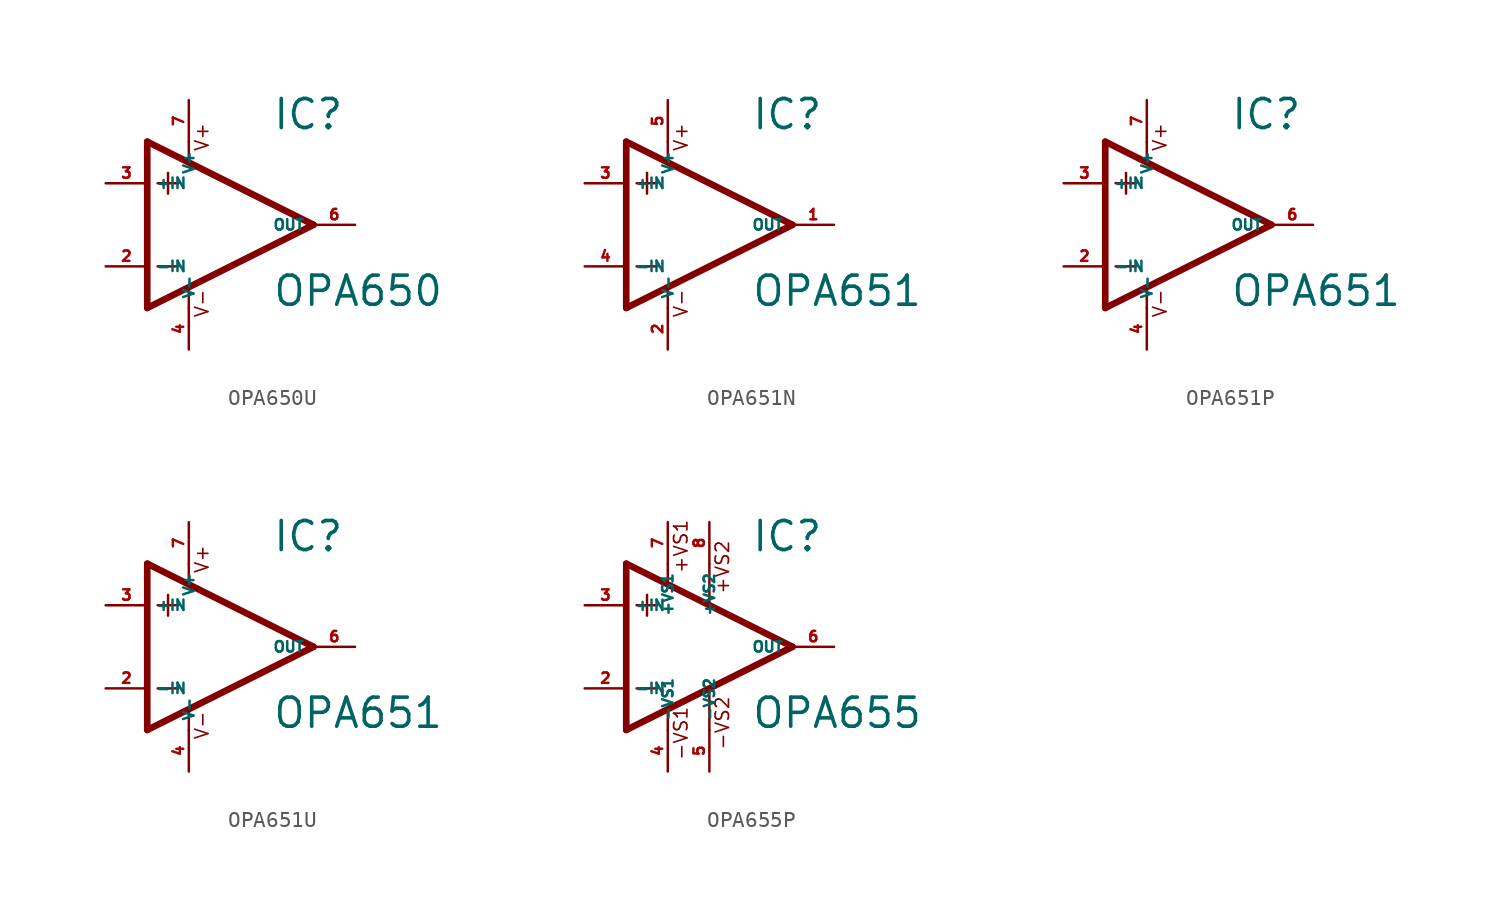
<source format=kicad_sym>
(kicad_symbol_lib
  (version 20220914)
  (generator Eagle2Kicad)
  (symbol "OPA650U"
    (property "Reference" "IC"
      (at 2.54 5.715 0)
      (effects (font (size 1.778 1.778) (thickness 0.22)) (justify left bottom)))
    (property "Value" "OPA650"
      (at 2.54 -5.08 0)
      (effects (font (size 1.778 1.778) (thickness 0.22)) (justify left bottom)))
    (polyline
      (pts (xy -3.81 3.175) (xy -3.81 1.905))
      (stroke (width 0.152) (type default))
      (fill (type none)))
    (polyline
      (pts (xy -4.445 2.54) (xy -3.175 2.54))
      (stroke (width 0.152) (type default))
      (fill (type none)))
    (polyline
      (pts (xy -4.445 -2.54) (xy -3.175 -2.54))
      (stroke (width 0.152) (type default))
      (fill (type none)))
    (polyline
      (pts (xy -2.54 5.08) (xy -2.54 3.886))
      (stroke (width 0.152) (type default))
      (fill (type none)))
    (polyline
      (pts (xy -2.54 -3.912) (xy -2.54 -5.08))
      (stroke (width 0.152) (type default))
      (fill (type none)))
    (polyline
      (pts (xy 5.08 0) (xy -5.08 5.08))
      (stroke (width 0.406) (type default))
      (fill (type none)))
    (polyline
      (pts (xy -5.08 5.08) (xy -5.08 -5.08))
      (stroke (width 0.406) (type default))
      (fill (type none)))
    (polyline
      (pts (xy -5.08 -5.08) (xy 5.08 0))
      (stroke (width 0.406) (type default))
      (fill (type none)))
    (text "V+"
      (at -1.27 4.445 900)
      (effects (font (size 0.813 0.813) (thickness 0.10)) (justify left bottom)))
    (text "V-"
      (at -1.27 -5.715 900)
      (effects (font (size 0.813 0.813) (thickness 0.10)) (justify left bottom)))
    (pin input line
      (at -7.62 -2.54 0)
      (length 2.54)
      (name "-IN" (effects (font (size 0.635 0.635) (thickness 0.08)) (justify left bottom)))
      (number "2" (effects (font (size 0.635 0.635) (thickness 0.08)) (justify left bottom))))
    (pin input line
      (at -7.62 2.54 0)
      (length 2.54)
      (name "+IN" (effects (font (size 0.635 0.635) (thickness 0.08)) (justify left bottom)))
      (number "3" (effects (font (size 0.635 0.635) (thickness 0.08)) (justify left bottom))))
    (pin output line
      (at 7.62 0 180)
      (length 2.54)
      (name "OUT" (effects (font (size 0.635 0.635) (thickness 0.08)) (justify left bottom)))
      (number "6" (effects (font (size 0.635 0.635) (thickness 0.08)) (justify left bottom))))
    (pin unspecified line
      (at -2.54 7.62 270)
      (length 2.54)
      (name "V+" (effects (font (size 0.635 0.635) (thickness 0.08)) (justify left bottom)))
      (number "7" (effects (font (size 0.635 0.635) (thickness 0.08)) (justify left bottom))))
    (pin unspecified line
      (at -2.54 -7.62 90)
      (length 2.54)
      (name "V-" (effects (font (size 0.635 0.635) (thickness 0.08)) (justify left bottom)))
      (number "4" (effects (font (size 0.635 0.635) (thickness 0.08)) (justify left bottom)))))
  (symbol "OPA651N"
    (property "Reference" "IC"
      (at 2.54 5.715 0)
      (effects (font (size 1.778 1.778) (thickness 0.22)) (justify left bottom)))
    (property "Value" "OPA651"
      (at 2.54 -5.08 0)
      (effects (font (size 1.778 1.778) (thickness 0.22)) (justify left bottom)))
    (polyline
      (pts (xy -3.81 3.175) (xy -3.81 1.905))
      (stroke (width 0.152) (type default))
      (fill (type none)))
    (polyline
      (pts (xy -4.445 2.54) (xy -3.175 2.54))
      (stroke (width 0.152) (type default))
      (fill (type none)))
    (polyline
      (pts (xy -4.445 -2.54) (xy -3.175 -2.54))
      (stroke (width 0.152) (type default))
      (fill (type none)))
    (polyline
      (pts (xy -2.54 5.08) (xy -2.54 3.886))
      (stroke (width 0.152) (type default))
      (fill (type none)))
    (polyline
      (pts (xy -2.54 -3.912) (xy -2.54 -5.08))
      (stroke (width 0.152) (type default))
      (fill (type none)))
    (polyline
      (pts (xy 5.08 0) (xy -5.08 5.08))
      (stroke (width 0.406) (type default))
      (fill (type none)))
    (polyline
      (pts (xy -5.08 5.08) (xy -5.08 -5.08))
      (stroke (width 0.406) (type default))
      (fill (type none)))
    (polyline
      (pts (xy -5.08 -5.08) (xy 5.08 0))
      (stroke (width 0.406) (type default))
      (fill (type none)))
    (text "V+"
      (at -1.27 4.445 900)
      (effects (font (size 0.813 0.813) (thickness 0.10)) (justify left bottom)))
    (text "V-"
      (at -1.27 -5.715 900)
      (effects (font (size 0.813 0.813) (thickness 0.10)) (justify left bottom)))
    (pin input line
      (at -7.62 -2.54 0)
      (length 2.54)
      (name "-IN" (effects (font (size 0.635 0.635) (thickness 0.08)) (justify left bottom)))
      (number "4" (effects (font (size 0.635 0.635) (thickness 0.08)) (justify left bottom))))
    (pin input line
      (at -7.62 2.54 0)
      (length 2.54)
      (name "+IN" (effects (font (size 0.635 0.635) (thickness 0.08)) (justify left bottom)))
      (number "3" (effects (font (size 0.635 0.635) (thickness 0.08)) (justify left bottom))))
    (pin output line
      (at 7.62 0 180)
      (length 2.54)
      (name "OUT" (effects (font (size 0.635 0.635) (thickness 0.08)) (justify left bottom)))
      (number "1" (effects (font (size 0.635 0.635) (thickness 0.08)) (justify left bottom))))
    (pin unspecified line
      (at -2.54 7.62 270)
      (length 2.54)
      (name "V+" (effects (font (size 0.635 0.635) (thickness 0.08)) (justify left bottom)))
      (number "5" (effects (font (size 0.635 0.635) (thickness 0.08)) (justify left bottom))))
    (pin unspecified line
      (at -2.54 -7.62 90)
      (length 2.54)
      (name "V-" (effects (font (size 0.635 0.635) (thickness 0.08)) (justify left bottom)))
      (number "2" (effects (font (size 0.635 0.635) (thickness 0.08)) (justify left bottom)))))
  (symbol "OPA651P"
    (property "Reference" "IC"
      (at 2.54 5.715 0)
      (effects (font (size 1.778 1.778) (thickness 0.22)) (justify left bottom)))
    (property "Value" "OPA651"
      (at 2.54 -5.08 0)
      (effects (font (size 1.778 1.778) (thickness 0.22)) (justify left bottom)))
    (polyline
      (pts (xy -3.81 3.175) (xy -3.81 1.905))
      (stroke (width 0.152) (type default))
      (fill (type none)))
    (polyline
      (pts (xy -4.445 2.54) (xy -3.175 2.54))
      (stroke (width 0.152) (type default))
      (fill (type none)))
    (polyline
      (pts (xy -4.445 -2.54) (xy -3.175 -2.54))
      (stroke (width 0.152) (type default))
      (fill (type none)))
    (polyline
      (pts (xy -2.54 5.08) (xy -2.54 3.886))
      (stroke (width 0.152) (type default))
      (fill (type none)))
    (polyline
      (pts (xy -2.54 -3.912) (xy -2.54 -5.08))
      (stroke (width 0.152) (type default))
      (fill (type none)))
    (polyline
      (pts (xy 5.08 0) (xy -5.08 5.08))
      (stroke (width 0.406) (type default))
      (fill (type none)))
    (polyline
      (pts (xy -5.08 5.08) (xy -5.08 -5.08))
      (stroke (width 0.406) (type default))
      (fill (type none)))
    (polyline
      (pts (xy -5.08 -5.08) (xy 5.08 0))
      (stroke (width 0.406) (type default))
      (fill (type none)))
    (text "V+"
      (at -1.27 4.445 900)
      (effects (font (size 0.813 0.813) (thickness 0.10)) (justify left bottom)))
    (text "V-"
      (at -1.27 -5.715 900)
      (effects (font (size 0.813 0.813) (thickness 0.10)) (justify left bottom)))
    (pin input line
      (at -7.62 -2.54 0)
      (length 2.54)
      (name "-IN" (effects (font (size 0.635 0.635) (thickness 0.08)) (justify left bottom)))
      (number "2" (effects (font (size 0.635 0.635) (thickness 0.08)) (justify left bottom))))
    (pin input line
      (at -7.62 2.54 0)
      (length 2.54)
      (name "+IN" (effects (font (size 0.635 0.635) (thickness 0.08)) (justify left bottom)))
      (number "3" (effects (font (size 0.635 0.635) (thickness 0.08)) (justify left bottom))))
    (pin output line
      (at 7.62 0 180)
      (length 2.54)
      (name "OUT" (effects (font (size 0.635 0.635) (thickness 0.08)) (justify left bottom)))
      (number "6" (effects (font (size 0.635 0.635) (thickness 0.08)) (justify left bottom))))
    (pin unspecified line
      (at -2.54 7.62 270)
      (length 2.54)
      (name "V+" (effects (font (size 0.635 0.635) (thickness 0.08)) (justify left bottom)))
      (number "7" (effects (font (size 0.635 0.635) (thickness 0.08)) (justify left bottom))))
    (pin unspecified line
      (at -2.54 -7.62 90)
      (length 2.54)
      (name "V-" (effects (font (size 0.635 0.635) (thickness 0.08)) (justify left bottom)))
      (number "4" (effects (font (size 0.635 0.635) (thickness 0.08)) (justify left bottom)))))
  (symbol "OPA651U"
    (property "Reference" "IC"
      (at 2.54 5.715 0)
      (effects (font (size 1.778 1.778) (thickness 0.22)) (justify left bottom)))
    (property "Value" "OPA651"
      (at 2.54 -5.08 0)
      (effects (font (size 1.778 1.778) (thickness 0.22)) (justify left bottom)))
    (polyline
      (pts (xy -3.81 3.175) (xy -3.81 1.905))
      (stroke (width 0.152) (type default))
      (fill (type none)))
    (polyline
      (pts (xy -4.445 2.54) (xy -3.175 2.54))
      (stroke (width 0.152) (type default))
      (fill (type none)))
    (polyline
      (pts (xy -4.445 -2.54) (xy -3.175 -2.54))
      (stroke (width 0.152) (type default))
      (fill (type none)))
    (polyline
      (pts (xy -2.54 5.08) (xy -2.54 3.886))
      (stroke (width 0.152) (type default))
      (fill (type none)))
    (polyline
      (pts (xy -2.54 -3.912) (xy -2.54 -5.08))
      (stroke (width 0.152) (type default))
      (fill (type none)))
    (polyline
      (pts (xy 5.08 0) (xy -5.08 5.08))
      (stroke (width 0.406) (type default))
      (fill (type none)))
    (polyline
      (pts (xy -5.08 5.08) (xy -5.08 -5.08))
      (stroke (width 0.406) (type default))
      (fill (type none)))
    (polyline
      (pts (xy -5.08 -5.08) (xy 5.08 0))
      (stroke (width 0.406) (type default))
      (fill (type none)))
    (text "V+"
      (at -1.27 4.445 900)
      (effects (font (size 0.813 0.813) (thickness 0.10)) (justify left bottom)))
    (text "V-"
      (at -1.27 -5.715 900)
      (effects (font (size 0.813 0.813) (thickness 0.10)) (justify left bottom)))
    (pin input line
      (at -7.62 -2.54 0)
      (length 2.54)
      (name "-IN" (effects (font (size 0.635 0.635) (thickness 0.08)) (justify left bottom)))
      (number "2" (effects (font (size 0.635 0.635) (thickness 0.08)) (justify left bottom))))
    (pin input line
      (at -7.62 2.54 0)
      (length 2.54)
      (name "+IN" (effects (font (size 0.635 0.635) (thickness 0.08)) (justify left bottom)))
      (number "3" (effects (font (size 0.635 0.635) (thickness 0.08)) (justify left bottom))))
    (pin output line
      (at 7.62 0 180)
      (length 2.54)
      (name "OUT" (effects (font (size 0.635 0.635) (thickness 0.08)) (justify left bottom)))
      (number "6" (effects (font (size 0.635 0.635) (thickness 0.08)) (justify left bottom))))
    (pin unspecified line
      (at -2.54 7.62 270)
      (length 2.54)
      (name "V+" (effects (font (size 0.635 0.635) (thickness 0.08)) (justify left bottom)))
      (number "7" (effects (font (size 0.635 0.635) (thickness 0.08)) (justify left bottom))))
    (pin unspecified line
      (at -2.54 -7.62 90)
      (length 2.54)
      (name "V-" (effects (font (size 0.635 0.635) (thickness 0.08)) (justify left bottom)))
      (number "4" (effects (font (size 0.635 0.635) (thickness 0.08)) (justify left bottom)))))
  (symbol "OPA655P"
    (property "Reference" "IC"
      (at 2.54 5.715 0)
      (effects (font (size 1.778 1.778) (thickness 0.22)) (justify left bottom)))
    (property "Value" "OPA655"
      (at 2.54 -5.08 0)
      (effects (font (size 1.778 1.778) (thickness 0.22)) (justify left bottom)))
    (polyline
      (pts (xy -3.81 3.175) (xy -3.81 1.905))
      (stroke (width 0.152) (type default))
      (fill (type none)))
    (polyline
      (pts (xy -4.445 2.54) (xy -3.175 2.54))
      (stroke (width 0.152) (type default))
      (fill (type none)))
    (polyline
      (pts (xy -4.445 -2.54) (xy -3.175 -2.54))
      (stroke (width 0.152) (type default))
      (fill (type none)))
    (polyline
      (pts (xy -2.54 5.08) (xy -2.54 3.886))
      (stroke (width 0.152) (type default))
      (fill (type none)))
    (polyline
      (pts (xy 0 5.055) (xy 0 2.616))
      (stroke (width 0.152) (type default))
      (fill (type none)))
    (polyline
      (pts (xy 0 -2.616) (xy 0 -5.08))
      (stroke (width 0.152) (type default))
      (fill (type none)))
    (polyline
      (pts (xy -2.54 -3.912) (xy -2.54 -5.08))
      (stroke (width 0.152) (type default))
      (fill (type none)))
    (polyline
      (pts (xy 5.08 0) (xy -5.08 5.08))
      (stroke (width 0.406) (type default))
      (fill (type none)))
    (polyline
      (pts (xy -5.08 5.08) (xy -5.08 -5.08))
      (stroke (width 0.406) (type default))
      (fill (type none)))
    (polyline
      (pts (xy -5.08 -5.08) (xy 5.08 0))
      (stroke (width 0.406) (type default))
      (fill (type none)))
    (text "+VS1"
      (at -1.27 4.445 900)
      (effects (font (size 0.813 0.813) (thickness 0.10)) (justify left bottom)))
    (text "-VS1"
      (at -1.27 -6.985 900)
      (effects (font (size 0.813 0.813) (thickness 0.10)) (justify left bottom)))
    (text "+VS2"
      (at 1.27 3.175 900)
      (effects (font (size 0.813 0.813) (thickness 0.10)) (justify left bottom)))
    (text "-VS2"
      (at 1.27 -6.35 900)
      (effects (font (size 0.813 0.813) (thickness 0.10)) (justify left bottom)))
    (pin unspecified line
      (at 0 7.62 270)
      (length 2.54)
      (name "+VS2" (effects (font (size 0.635 0.635) (thickness 0.08)) (justify left bottom)))
      (number "8" (effects (font (size 0.635 0.635) (thickness 0.08)) (justify left bottom))))
    (pin input line
      (at -7.62 -2.54 0)
      (length 2.54)
      (name "-IN" (effects (font (size 0.635 0.635) (thickness 0.08)) (justify left bottom)))
      (number "2" (effects (font (size 0.635 0.635) (thickness 0.08)) (justify left bottom))))
    (pin input line
      (at -7.62 2.54 0)
      (length 2.54)
      (name "+IN" (effects (font (size 0.635 0.635) (thickness 0.08)) (justify left bottom)))
      (number "3" (effects (font (size 0.635 0.635) (thickness 0.08)) (justify left bottom))))
    (pin output line
      (at 7.62 0 180)
      (length 2.54)
      (name "OUT" (effects (font (size 0.635 0.635) (thickness 0.08)) (justify left bottom)))
      (number "6" (effects (font (size 0.635 0.635) (thickness 0.08)) (justify left bottom))))
    (pin unspecified line
      (at 0 -7.62 90)
      (length 2.54)
      (name "-VS2" (effects (font (size 0.635 0.635) (thickness 0.08)) (justify left bottom)))
      (number "5" (effects (font (size 0.635 0.635) (thickness 0.08)) (justify left bottom))))
    (pin unspecified line
      (at -2.54 7.62 270)
      (length 2.54)
      (name "+VS1" (effects (font (size 0.635 0.635) (thickness 0.08)) (justify left bottom)))
      (number "7" (effects (font (size 0.635 0.635) (thickness 0.08)) (justify left bottom))))
    (pin unspecified line
      (at -2.54 -7.62 90)
      (length 2.54)
      (name "-VS1" (effects (font (size 0.635 0.635) (thickness 0.08)) (justify left bottom)))
      (number "4" (effects (font (size 0.635 0.635) (thickness 0.08)) (justify left bottom))))))
</source>
